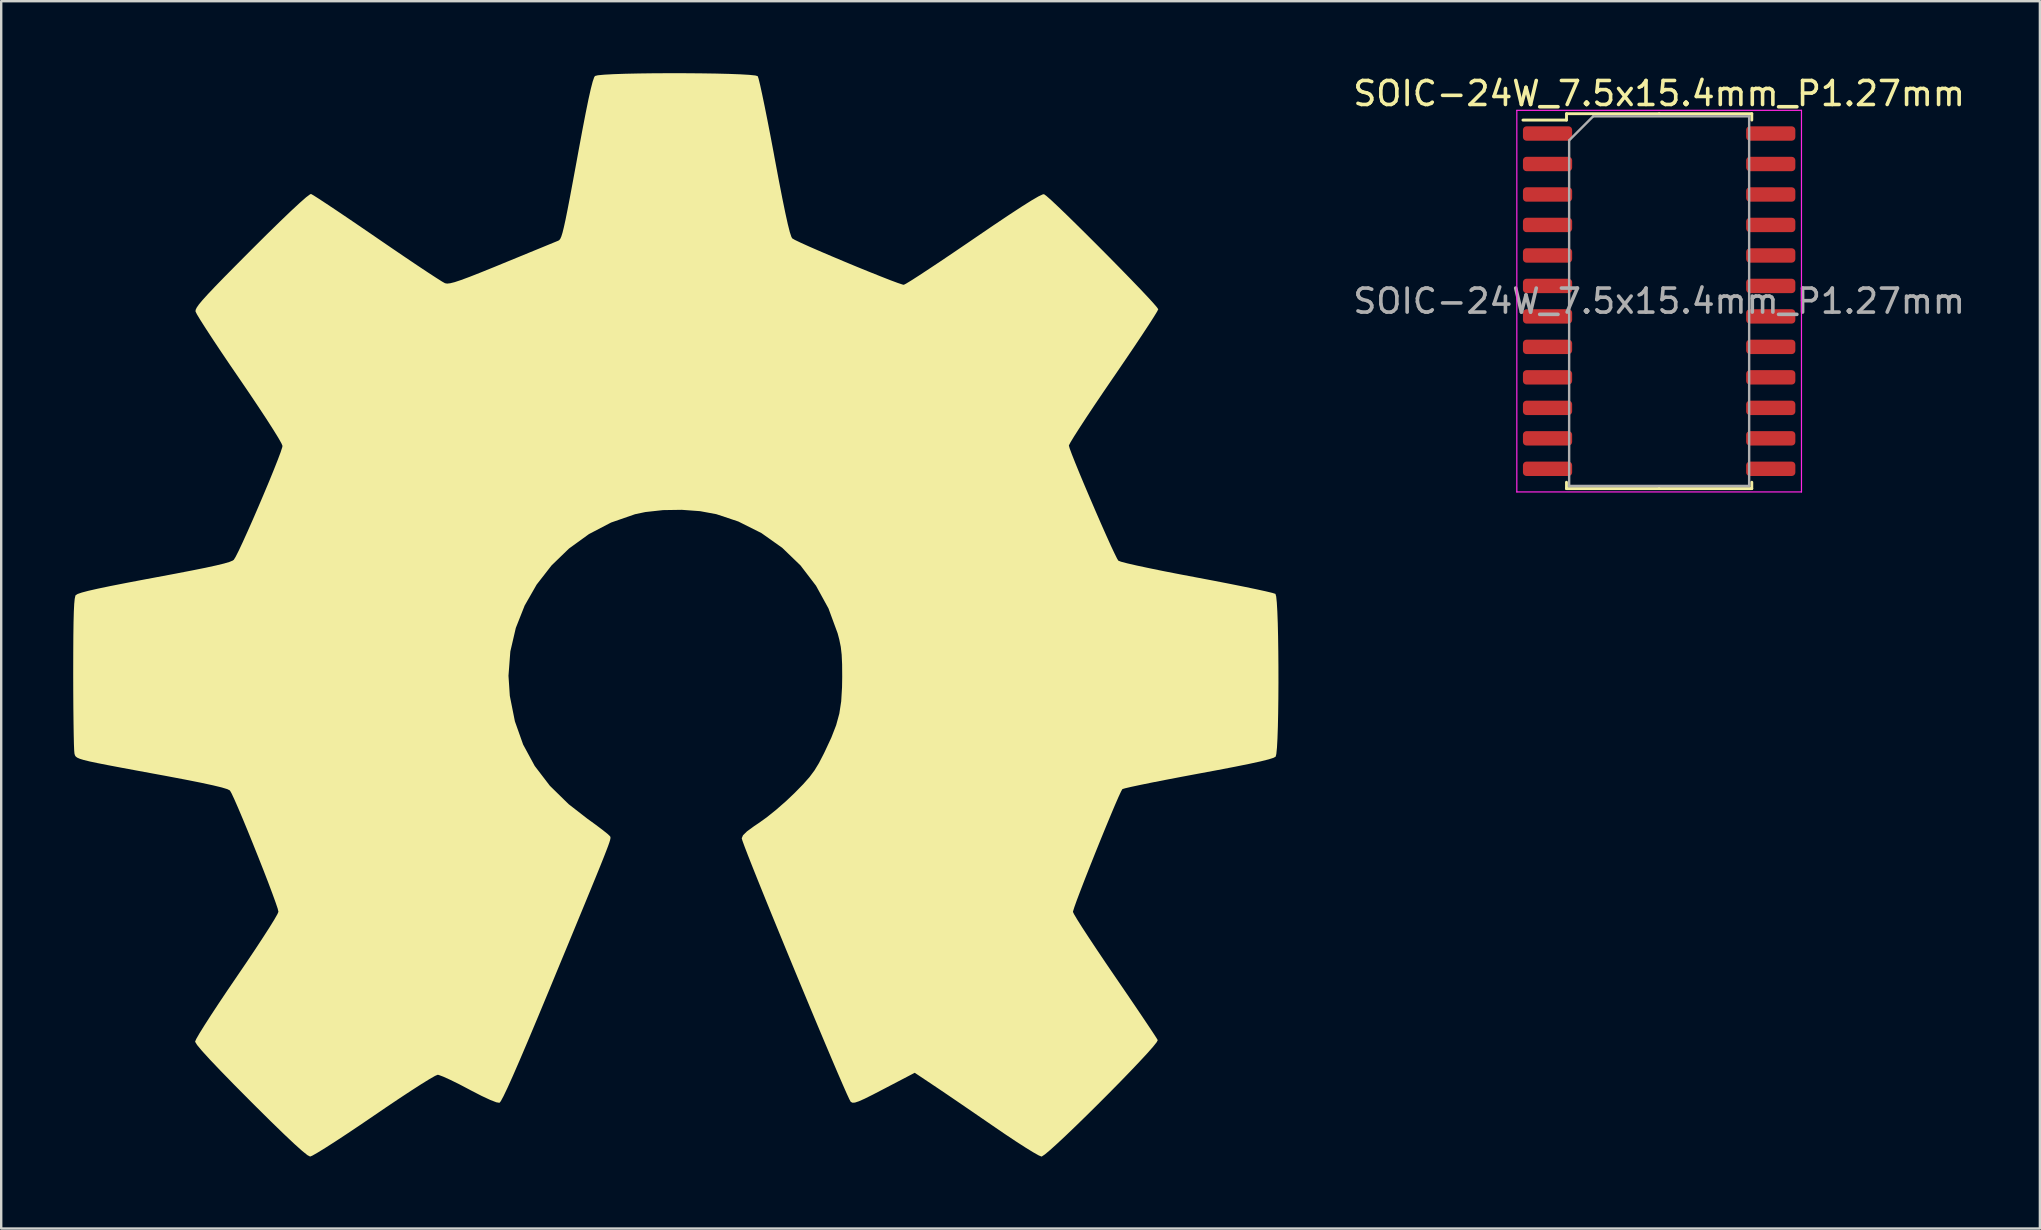
<source format=kicad_pcb>
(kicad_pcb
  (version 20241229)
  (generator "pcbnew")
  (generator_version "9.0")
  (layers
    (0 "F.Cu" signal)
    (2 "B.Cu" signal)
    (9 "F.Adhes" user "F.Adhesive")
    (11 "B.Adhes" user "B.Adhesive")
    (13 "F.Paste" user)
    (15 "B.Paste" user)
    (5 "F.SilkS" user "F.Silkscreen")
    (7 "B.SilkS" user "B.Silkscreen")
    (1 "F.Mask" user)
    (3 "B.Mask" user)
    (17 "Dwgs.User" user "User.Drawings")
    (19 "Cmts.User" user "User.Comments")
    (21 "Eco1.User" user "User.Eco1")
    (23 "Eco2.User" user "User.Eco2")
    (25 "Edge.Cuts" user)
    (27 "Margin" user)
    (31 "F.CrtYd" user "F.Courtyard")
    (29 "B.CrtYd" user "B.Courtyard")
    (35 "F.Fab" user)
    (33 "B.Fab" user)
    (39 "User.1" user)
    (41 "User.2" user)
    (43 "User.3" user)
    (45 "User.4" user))
  (footprint "oswh"
    (layer "F.Cu")
    (at 25.23 23.209)
    (property "Reference" "oswh" (at 0 -9.9 0) (layer "F.SilkS") (effects (font (size 1.524 1.524) (thickness 0.3))))
    (attr board_only exclude_from_pos_files exclude_from_bom)
    (fp_poly (pts (xy 0.273 -23.208) (xy 0.923 -23.203) (xy 1.537 -23.194) (xy 2.094 -23.18) (xy 2.57 -23.162) (xy 2.943 -23.14) (xy 3.192 -23.114) (xy 3.291 -23.085) (xy 3.327 -22.979) (xy 3.389 -22.725) (xy 3.473 -22.341) (xy 3.576 -21.847) (xy 3.693 -21.262) (xy 3.821 -20.603) (xy 3.956 -19.889) (xy 3.987 -19.719) (xy 4.162 -18.787) (xy 4.312 -18.015) (xy 4.439 -17.396) (xy 4.543 -16.924) (xy 4.627 -16.592) (xy 4.692 -16.393) (xy 4.729 -16.327) (xy 4.838 -16.263) (xy 5.08 -16.147) (xy 5.429 -15.989) (xy 5.862 -15.8) (xy 6.352 -15.591) (xy 6.876 -15.37) (xy 7.408 -15.149) (xy 7.923 -14.939) (xy 8.398 -14.749) (xy 8.805 -14.589) (xy 9.122 -14.471) (xy 9.323 -14.404) (xy 9.377 -14.393) (xy 9.47 -14.44) (xy 9.687 -14.572) (xy 10.013 -14.781) (xy 10.43 -15.055) (xy 10.925 -15.384) (xy 11.481 -15.759) (xy 12.083 -16.168) (xy 12.282 -16.304) (xy 13.081 -16.849) (xy 13.748 -17.296) (xy 14.286 -17.648) (xy 14.699 -17.908) (xy 14.992 -18.078) (xy 15.167 -18.16) (xy 15.22 -18.167) (xy 15.318 -18.096) (xy 15.517 -17.921) (xy 15.799 -17.656) (xy 16.149 -17.32) (xy 16.551 -16.926) (xy 16.99 -16.492) (xy 17.45 -16.033) (xy 17.914 -15.566) (xy 18.368 -15.104) (xy 18.795 -14.666) (xy 19.18 -14.267) (xy 19.506 -13.922) (xy 19.759 -13.647) (xy 19.921 -13.459) (xy 19.979 -13.374) (xy 19.932 -13.279) (xy 19.798 -13.06) (xy 19.589 -12.734) (xy 19.315 -12.317) (xy 18.986 -11.824) (xy 18.612 -11.271) (xy 18.205 -10.674) (xy 18.116 -10.545) (xy 17.703 -9.94) (xy 17.321 -9.375) (xy 16.982 -8.865) (xy 16.696 -8.427) (xy 16.473 -8.077) (xy 16.323 -7.83) (xy 16.258 -7.703) (xy 16.256 -7.694) (xy 16.289 -7.575) (xy 16.381 -7.326) (xy 16.522 -6.971) (xy 16.7 -6.534) (xy 16.907 -6.039) (xy 17.132 -5.511) (xy 17.363 -4.973) (xy 17.591 -4.449) (xy 17.806 -3.964) (xy 17.996 -3.542) (xy 18.153 -3.208) (xy 18.264 -2.984) (xy 18.316 -2.899) (xy 18.425 -2.856) (xy 18.683 -2.788) (xy 19.074 -2.698) (xy 19.581 -2.59) (xy 20.185 -2.466) (xy 20.872 -2.332) (xy 21.59 -2.196) (xy 22.303 -2.061) (xy 22.965 -1.932) (xy 23.558 -1.813) (xy 24.063 -1.708) (xy 24.461 -1.621) (xy 24.732 -1.556) (xy 24.859 -1.516) (xy 24.863 -1.513) (xy 24.893 -1.405) (xy 24.919 -1.151) (xy 24.941 -0.772) (xy 24.959 -0.292) (xy 24.972 0.268) (xy 24.981 0.884) (xy 24.986 1.534) (xy 24.987 2.197) (xy 24.983 2.848) (xy 24.975 3.466) (xy 24.963 4.028) (xy 24.946 4.512) (xy 24.925 4.895) (xy 24.899 5.155) (xy 24.871 5.267) (xy 24.782 5.316) (xy 24.576 5.381) (xy 24.244 5.464) (xy 23.777 5.566) (xy 23.168 5.689) (xy 22.407 5.835) (xy 21.675 5.971) (xy 20.971 6.103) (xy 20.318 6.228) (xy 19.735 6.342) (xy 19.241 6.443) (xy 18.856 6.525) (xy 18.598 6.585) (xy 18.487 6.619) (xy 18.485 6.62) (xy 18.43 6.716) (xy 18.323 6.946) (xy 18.174 7.288) (xy 17.993 7.718) (xy 17.788 8.213) (xy 17.569 8.749) (xy 17.345 9.304) (xy 17.126 9.853) (xy 16.921 10.374) (xy 16.74 10.843) (xy 16.591 11.236) (xy 16.485 11.532) (xy 16.431 11.706) (xy 16.425 11.736) (xy 16.472 11.835) (xy 16.604 12.057) (xy 16.811 12.385) (xy 17.083 12.802) (xy 17.408 13.292) (xy 17.776 13.839) (xy 18.167 14.413) (xy 18.568 14.999) (xy 18.939 15.544) (xy 19.269 16.032) (xy 19.547 16.446) (xy 19.762 16.769) (xy 19.903 16.986) (xy 19.958 17.079) (xy 19.912 17.168) (xy 19.759 17.359) (xy 19.515 17.635) (xy 19.194 17.981) (xy 18.814 18.381) (xy 18.389 18.82) (xy 17.935 19.281) (xy 17.467 19.75) (xy 17.001 20.211) (xy 16.553 20.648) (xy 16.139 21.045) (xy 15.773 21.387) (xy 15.473 21.658) (xy 15.252 21.843) (xy 15.127 21.926) (xy 15.114 21.929) (xy 14.999 21.882) (xy 14.767 21.751) (xy 14.439 21.549) (xy 14.035 21.289) (xy 13.577 20.983) (xy 13.208 20.731) (xy 12.672 20.363) (xy 12.13 19.991) (xy 11.614 19.638) (xy 11.156 19.326) (xy 10.789 19.078) (xy 10.653 18.987) (xy 9.833 18.439) (xy 8.56 19.104) (xy 8.09 19.348) (xy 7.745 19.52) (xy 7.504 19.627) (xy 7.344 19.68) (xy 7.243 19.687) (xy 7.177 19.655) (xy 7.163 19.643) (xy 7.108 19.542) (xy 6.996 19.3) (xy 6.834 18.932) (xy 6.627 18.455) (xy 6.383 17.883) (xy 6.108 17.233) (xy 5.808 16.52) (xy 5.49 15.76) (xy 5.161 14.969) (xy 4.826 14.161) (xy 4.493 13.354) (xy 4.168 12.562) (xy 3.856 11.801) (xy 3.566 11.087) (xy 3.303 10.436) (xy 3.074 9.863) (xy 2.885 9.384) (xy 2.743 9.014) (xy 2.654 8.77) (xy 2.625 8.668) (xy 2.677 8.544) (xy 2.844 8.38) (xy 3.142 8.162) (xy 3.323 8.041) (xy 3.666 7.796) (xy 4.071 7.47) (xy 4.485 7.107) (xy 4.83 6.779) (xy 5.186 6.415) (xy 5.449 6.118) (xy 5.656 5.84) (xy 5.841 5.536) (xy 6.037 5.157) (xy 6.075 5.08) (xy 6.357 4.476) (xy 6.558 3.958) (xy 6.691 3.472) (xy 6.769 2.964) (xy 6.804 2.377) (xy 6.811 1.947) (xy 6.807 1.425) (xy 6.789 1.023) (xy 6.751 0.69) (xy 6.687 0.378) (xy 6.62 0.127) (xy 6.239 -0.908) (xy 5.719 -1.855) (xy 5.073 -2.7) (xy 4.311 -3.435) (xy 3.444 -4.049) (xy 2.483 -4.53) (xy 1.566 -4.836) (xy 0.891 -4.961) (xy 0.128 -5.017) (xy -0.655 -5.005) (xy -1.393 -4.924) (xy -1.82 -4.834) (xy -2.82 -4.487) (xy -3.741 -4.006) (xy -4.571 -3.405) (xy -5.301 -2.698) (xy -5.921 -1.901) (xy -6.42 -1.029) (xy -6.789 -0.095) (xy -7.017 0.885) (xy -7.094 1.897) (xy -7.038 2.737) (xy -6.827 3.795) (xy -6.483 4.765) (xy -6 5.656) (xy -5.37 6.48) (xy -4.587 7.247) (xy -3.81 7.851) (xy -3.47 8.097) (xy -3.18 8.315) (xy -2.969 8.483) (xy -2.866 8.58) (xy -2.862 8.586) (xy -2.85 8.607) (xy -2.844 8.634) (xy -2.846 8.676) (xy -2.861 8.745) (xy -2.893 8.849) (xy -2.946 8.999) (xy -3.025 9.206) (xy -3.132 9.48) (xy -3.272 9.83) (xy -3.45 10.267) (xy -3.669 10.802) (xy -3.933 11.444) (xy -4.247 12.204) (xy -4.613 13.092) (xy -5.038 14.117) (xy -5.423 15.05) (xy -5.884 16.158) (xy -6.284 17.111) (xy -6.625 17.911) (xy -6.907 18.559) (xy -7.132 19.059) (xy -7.301 19.413) (xy -7.414 19.623) (xy -7.469 19.69) (xy -7.601 19.668) (xy -7.858 19.568) (xy -8.218 19.4) (xy -8.661 19.172) (xy -8.739 19.13) (xy -9.146 18.916) (xy -9.512 18.736) (xy -9.807 18.602) (xy -9.998 18.53) (xy -10.043 18.522) (xy -10.152 18.568) (xy -10.384 18.701) (xy -10.72 18.908) (xy -11.143 19.18) (xy -11.637 19.505) (xy -12.184 19.872) (xy -12.701 20.225) (xy -13.282 20.62) (xy -13.824 20.983) (xy -14.311 21.303) (xy -14.725 21.568) (xy -15.05 21.768) (xy -15.268 21.892) (xy -15.359 21.929) (xy -15.469 21.872) (xy -15.685 21.699) (xy -16.009 21.409) (xy -16.442 21.001) (xy -16.986 20.473) (xy -17.643 19.822) (xy -17.844 19.621) (xy -18.527 18.933) (xy -19.092 18.353) (xy -19.538 17.884) (xy -19.864 17.526) (xy -20.068 17.281) (xy -20.149 17.149) (xy -20.151 17.139) (xy -20.104 17.031) (xy -19.972 16.801) (xy -19.764 16.466) (xy -19.492 16.042) (xy -19.166 15.547) (xy -18.798 14.997) (xy -18.415 14.435) (xy -18.016 13.848) (xy -17.649 13.3) (xy -17.326 12.808) (xy -17.056 12.388) (xy -16.851 12.057) (xy -16.722 11.831) (xy -16.679 11.731) (xy -16.71 11.6) (xy -16.798 11.339) (xy -16.932 10.97) (xy -17.102 10.517) (xy -17.3 10.005) (xy -17.516 9.458) (xy -17.739 8.901) (xy -17.96 8.356) (xy -18.17 7.849) (xy -18.359 7.403) (xy -18.517 7.043) (xy -18.634 6.793) (xy -18.701 6.676) (xy -18.702 6.676) (xy -18.808 6.621) (xy -19.042 6.55) (xy -19.41 6.461) (xy -19.92 6.351) (xy -20.579 6.22) (xy -21.397 6.065) (xy -21.675 6.014) (xy -22.521 5.858) (xy -23.215 5.729) (xy -23.774 5.623) (xy -24.212 5.537) (xy -24.544 5.467) (xy -24.786 5.408) (xy -24.953 5.357) (xy -25.06 5.31) (xy -25.122 5.264) (xy -25.155 5.215) (xy -25.173 5.158) (xy -25.177 5.143) (xy -25.189 5.017) (xy -25.2 4.742) (xy -25.209 4.338) (xy -25.217 3.825) (xy -25.224 3.223) (xy -25.228 2.553) (xy -25.23 1.834) (xy -25.23 1.815) (xy -25.228 0.946) (xy -25.224 0.234) (xy -25.216 -0.335) (xy -25.204 -0.773) (xy -25.188 -1.094) (xy -25.167 -1.309) (xy -25.14 -1.432) (xy -25.125 -1.463) (xy -25.048 -1.51) (xy -24.876 -1.569) (xy -24.597 -1.643) (xy -24.199 -1.733) (xy -23.671 -1.843) (xy -23.003 -1.974) (xy -22.182 -2.13) (xy -21.854 -2.191) (xy -20.991 -2.353) (xy -20.282 -2.49) (xy -19.714 -2.604) (xy -19.274 -2.7) (xy -18.948 -2.779) (xy -18.725 -2.844) (xy -18.589 -2.9) (xy -18.539 -2.935) (xy -18.464 -3.056) (xy -18.336 -3.309) (xy -18.167 -3.669) (xy -17.967 -4.111) (xy -17.746 -4.609) (xy -17.516 -5.141) (xy -17.287 -5.679) (xy -17.068 -6.201) (xy -16.872 -6.682) (xy -16.708 -7.096) (xy -16.587 -7.418) (xy -16.52 -7.625) (xy -16.51 -7.681) (xy -16.557 -7.793) (xy -16.691 -8.029) (xy -16.903 -8.372) (xy -17.182 -8.807) (xy -17.519 -9.318) (xy -17.903 -9.891) (xy -18.301 -10.475) (xy -18.709 -11.071) (xy -19.086 -11.63) (xy -19.422 -12.135) (xy -19.705 -12.569) (xy -19.926 -12.916) (xy -20.072 -13.157) (xy -20.133 -13.278) (xy -20.133 -13.281) (xy -20.129 -13.347) (xy -20.085 -13.441) (xy -19.993 -13.574) (xy -19.841 -13.757) (xy -19.619 -14.002) (xy -19.318 -14.32) (xy -18.927 -14.722) (xy -18.436 -15.219) (xy -17.834 -15.824) (xy -17.813 -15.845) (xy -17.177 -16.478) (xy -16.624 -17.019) (xy -16.16 -17.464) (xy -15.791 -17.806) (xy -15.524 -18.041) (xy -15.363 -18.161) (xy -15.321 -18.177) (xy -15.224 -18.123) (xy -15.004 -17.983) (xy -14.677 -17.768) (xy -14.259 -17.49) (xy -13.767 -17.158) (xy -13.217 -16.784) (xy -12.625 -16.379) (xy -12.569 -16.34) (xy -11.97 -15.93) (xy -11.408 -15.548) (xy -10.9 -15.206) (xy -10.462 -14.915) (xy -10.111 -14.686) (xy -9.865 -14.53) (xy -9.74 -14.459) (xy -9.737 -14.458) (xy -9.65 -14.443) (xy -9.522 -14.457) (xy -9.334 -14.504) (xy -9.069 -14.592) (xy -8.709 -14.726) (xy -8.237 -14.912) (xy -7.634 -15.156) (xy -7.324 -15.284) (xy -6.748 -15.52) (xy -6.221 -15.737) (xy -5.764 -15.924) (xy -5.398 -16.075) (xy -5.144 -16.179) (xy -5.022 -16.229) (xy -5.017 -16.231) (xy -4.975 -16.258) (xy -4.934 -16.312) (xy -4.891 -16.409) (xy -4.843 -16.563) (xy -4.787 -16.789) (xy -4.718 -17.101) (xy -4.635 -17.514) (xy -4.533 -18.043) (xy -4.41 -18.702) (xy -4.261 -19.506) (xy -4.182 -19.939) (xy -4.018 -20.823) (xy -3.878 -21.548) (xy -3.761 -22.123) (xy -3.664 -22.557) (xy -3.586 -22.858) (xy -3.525 -23.036) (xy -3.489 -23.093) (xy -3.368 -23.123) (xy -3.102 -23.148) (xy -2.714 -23.169) (xy -2.226 -23.186) (xy -1.661 -23.198) (xy -1.041 -23.206) (xy -0.389 -23.209)) (stroke (width 0) (type solid)) (fill yes) (layer "F.SilkS")))
  (footprint "SOIC-24W_7.5x15.4mm_P1.27mm"
    (layer "F.Cu")
    (at 66.079 9.498)
    (property "Reference" "SOIC-24W_7.5x15.4mm_P1.27mm" (at 0 -8.65 0) (layer "F.SilkS") (effects (font (size 1 1) (thickness 0.15))))
    (attr smd)
    (fp_line (start -3.86 -7.81) (end -3.86 -7.545) (stroke (width 0.12) (type solid)) (layer "F.SilkS"))
    (fp_line (start -3.86 -7.545) (end -5.675 -7.545) (stroke (width 0.12) (type solid)) (layer "F.SilkS"))
    (fp_line (start -3.86 7.81) (end -3.86 7.545) (stroke (width 0.12) (type solid)) (layer "F.SilkS"))
    (fp_line (start 0 -7.81) (end -3.86 -7.81) (stroke (width 0.12) (type solid)) (layer "F.SilkS"))
    (fp_line (start 0 -7.81) (end 3.86 -7.81) (stroke (width 0.12) (type solid)) (layer "F.SilkS"))
    (fp_line (start 0 7.81) (end -3.86 7.81) (stroke (width 0.12) (type solid)) (layer "F.SilkS"))
    (fp_line (start 0 7.81) (end 3.86 7.81) (stroke (width 0.12) (type solid)) (layer "F.SilkS"))
    (fp_line (start 3.86 -7.81) (end 3.86 -7.545) (stroke (width 0.12) (type solid)) (layer "F.SilkS"))
    (fp_line (start 3.86 7.81) (end 3.86 7.545) (stroke (width 0.12) (type solid)) (layer "F.SilkS"))
    (fp_line (start -5.93 -7.95) (end -5.93 7.95) (stroke (width 0.05) (type solid)) (layer "F.CrtYd"))
    (fp_line (start -5.93 7.95) (end 5.93 7.95) (stroke (width 0.05) (type solid)) (layer "F.CrtYd"))
    (fp_line (start 5.93 -7.95) (end -5.93 -7.95) (stroke (width 0.05) (type solid)) (layer "F.CrtYd"))
    (fp_line (start 5.93 7.95) (end 5.93 -7.95) (stroke (width 0.05) (type solid)) (layer "F.CrtYd"))
    (fp_line (start -3.75 -6.7) (end -2.75 -7.7) (stroke (width 0.1) (type solid)) (layer "F.Fab"))
    (fp_line (start -3.75 7.7) (end -3.75 -6.7) (stroke (width 0.1) (type solid)) (layer "F.Fab"))
    (fp_line (start -2.75 -7.7) (end 3.75 -7.7) (stroke (width 0.1) (type solid)) (layer "F.Fab"))
    (fp_line (start 3.75 -7.7) (end 3.75 7.7) (stroke (width 0.1) (type solid)) (layer "F.Fab"))
    (fp_line (start 3.75 7.7) (end -3.75 7.7) (stroke (width 0.1) (type solid)) (layer "F.Fab"))
    (fp_text user "${REFERENCE}" (at 0 0 0) (layer "F.Fab") (effects (font (size 1 1) (thickness 0.15))))
    (pad "1" smd roundrect (at -4.65 -6.985) (size 2.05 0.6) (layers "F.Cu" "F.Mask" "F.Paste") (roundrect_rratio 0.25))
    (pad "2" smd roundrect (at -4.65 -5.715) (size 2.05 0.6) (layers "F.Cu" "F.Mask" "F.Paste") (roundrect_rratio 0.25))
    (pad "3" smd roundrect (at -4.65 -4.445) (size 2.05 0.6) (layers "F.Cu" "F.Mask" "F.Paste") (roundrect_rratio 0.25))
    (pad "4" smd roundrect (at -4.65 -3.175) (size 2.05 0.6) (layers "F.Cu" "F.Mask" "F.Paste") (roundrect_rratio 0.25))
    (pad "5" smd roundrect (at -4.65 -1.905) (size 2.05 0.6) (layers "F.Cu" "F.Mask" "F.Paste") (roundrect_rratio 0.25))
    (pad "6" smd roundrect (at -4.65 -0.635) (size 2.05 0.6) (layers "F.Cu" "F.Mask" "F.Paste") (roundrect_rratio 0.25))
    (pad "7" smd roundrect (at -4.65 0.635) (size 2.05 0.6) (layers "F.Cu" "F.Mask" "F.Paste") (roundrect_rratio 0.25))
    (pad "8" smd roundrect (at -4.65 1.905) (size 2.05 0.6) (layers "F.Cu" "F.Mask" "F.Paste") (roundrect_rratio 0.25))
    (pad "9" smd roundrect (at -4.65 3.175) (size 2.05 0.6) (layers "F.Cu" "F.Mask" "F.Paste") (roundrect_rratio 0.25))
    (pad "10" smd roundrect (at -4.65 4.445) (size 2.05 0.6) (layers "F.Cu" "F.Mask" "F.Paste") (roundrect_rratio 0.25))
    (pad "11" smd roundrect (at -4.65 5.715) (size 2.05 0.6) (layers "F.Cu" "F.Mask" "F.Paste") (roundrect_rratio 0.25))
    (pad "12" smd roundrect (at -4.65 6.985) (size 2.05 0.6) (layers "F.Cu" "F.Mask" "F.Paste") (roundrect_rratio 0.25))
    (pad "13" smd roundrect (at 4.65 6.985) (size 2.05 0.6) (layers "F.Cu" "F.Mask" "F.Paste") (roundrect_rratio 0.25))
    (pad "14" smd roundrect (at 4.65 5.715) (size 2.05 0.6) (layers "F.Cu" "F.Mask" "F.Paste") (roundrect_rratio 0.25))
    (pad "15" smd roundrect (at 4.65 4.445) (size 2.05 0.6) (layers "F.Cu" "F.Mask" "F.Paste") (roundrect_rratio 0.25))
    (pad "16" smd roundrect (at 4.65 3.175) (size 2.05 0.6) (layers "F.Cu" "F.Mask" "F.Paste") (roundrect_rratio 0.25))
    (pad "17" smd roundrect (at 4.65 1.905) (size 2.05 0.6) (layers "F.Cu" "F.Mask" "F.Paste") (roundrect_rratio 0.25))
    (pad "18" smd roundrect (at 4.65 0.635) (size 2.05 0.6) (layers "F.Cu" "F.Mask" "F.Paste") (roundrect_rratio 0.25))
    (pad "19" smd roundrect (at 4.65 -0.635) (size 2.05 0.6) (layers "F.Cu" "F.Mask" "F.Paste") (roundrect_rratio 0.25))
    (pad "20" smd roundrect (at 4.65 -1.905) (size 2.05 0.6) (layers "F.Cu" "F.Mask" "F.Paste") (roundrect_rratio 0.25))
    (pad "21" smd roundrect (at 4.65 -3.175) (size 2.05 0.6) (layers "F.Cu" "F.Mask" "F.Paste") (roundrect_rratio 0.25))
    (pad "22" smd roundrect (at 4.65 -4.445) (size 2.05 0.6) (layers "F.Cu" "F.Mask" "F.Paste") (roundrect_rratio 0.25))
    (pad "23" smd roundrect (at 4.65 -5.715) (size 2.05 0.6) (layers "F.Cu" "F.Mask" "F.Paste") (roundrect_rratio 0.25))
    (pad "24" smd roundrect (at 4.65 -6.985) (size 2.05 0.6) (layers "F.Cu" "F.Mask" "F.Paste") (roundrect_rratio 0.25)))
  (gr_rect
    (start -3 -3)
    (end 81.943 48.138)
    (stroke (width 0.1) (type default))
    (fill no)
    (layer "Edge.Cuts")))
</source>
